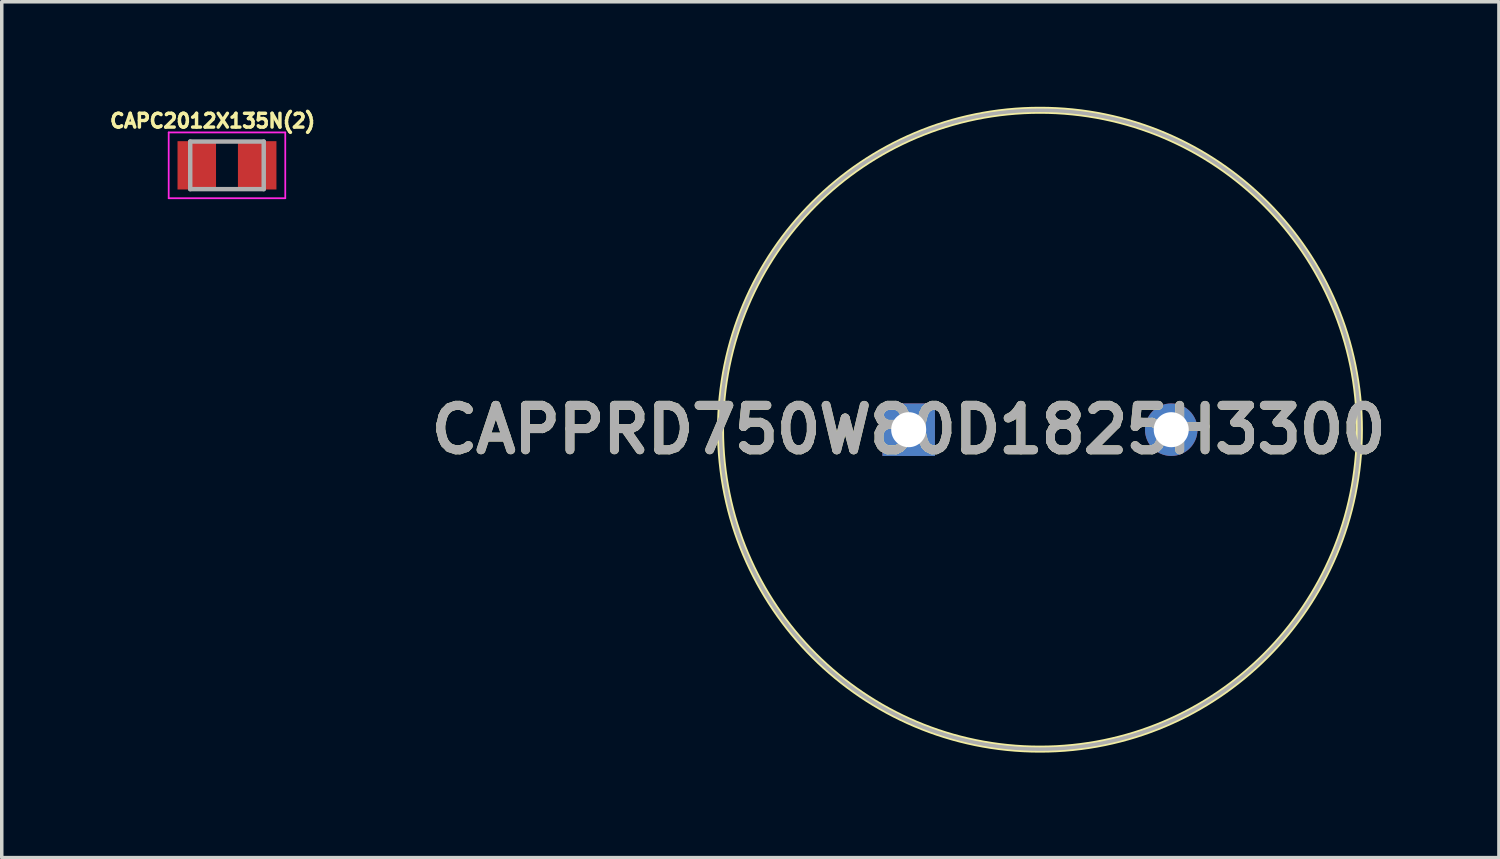
<source format=kicad_pcb>
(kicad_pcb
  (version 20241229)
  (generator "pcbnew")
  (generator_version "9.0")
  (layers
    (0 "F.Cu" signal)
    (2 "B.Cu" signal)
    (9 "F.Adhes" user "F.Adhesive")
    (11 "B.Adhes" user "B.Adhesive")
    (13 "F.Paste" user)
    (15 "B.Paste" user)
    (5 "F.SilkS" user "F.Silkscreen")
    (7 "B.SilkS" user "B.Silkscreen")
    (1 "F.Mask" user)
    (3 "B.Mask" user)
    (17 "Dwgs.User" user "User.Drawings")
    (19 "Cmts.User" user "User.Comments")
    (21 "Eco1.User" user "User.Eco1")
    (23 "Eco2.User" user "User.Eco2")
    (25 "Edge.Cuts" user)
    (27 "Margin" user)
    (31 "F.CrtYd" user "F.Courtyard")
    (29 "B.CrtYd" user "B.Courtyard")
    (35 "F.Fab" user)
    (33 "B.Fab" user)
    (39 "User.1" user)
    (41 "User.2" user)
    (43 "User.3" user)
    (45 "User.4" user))
  (footprint "CAPC2012X135N(2)"
    (layer "F.Cu")
    (at 3.434 1.673)
    (property "Reference" "CAPC2012X135N(2)" (at -0.41 -1.27 0) (layer "F.SilkS") (effects (font (size 0.394 0.394) (thickness 0.15))))
    (attr through_hole)
    (fp_line (start -1.665 -0.94) (end 1.665 -0.94) (stroke (width 0.05) (type solid)) (layer "F.CrtYd"))
    (fp_line (start -1.665 0.94) (end -1.665 -0.94) (stroke (width 0.05) (type solid)) (layer "F.CrtYd"))
    (fp_line (start -1.665 0.94) (end 1.665 0.94) (stroke (width 0.05) (type solid)) (layer "F.CrtYd"))
    (fp_line (start 1.665 0.94) (end 1.665 -0.94) (stroke (width 0.05) (type solid)) (layer "F.CrtYd"))
    (fp_line (start -1.05 0.68) (end -1.05 -0.68) (stroke (width 0.127) (type solid)) (layer "F.Fab"))
    (fp_line (start 1.05 -0.68) (end -1.05 -0.68) (stroke (width 0.127) (type solid)) (layer "F.Fab"))
    (fp_line (start 1.05 0.68) (end -1.05 0.68) (stroke (width 0.127) (type solid)) (layer "F.Fab"))
    (fp_line (start 1.05 0.68) (end 1.05 -0.68) (stroke (width 0.127) (type solid)) (layer "F.Fab"))
    (pad "1" smd rect (at -0.863 0) (size 1.1 1.38) (layers "F.Cu" "F.Mask" "F.Paste"))
    (pad "2" smd rect (at 0.863 0) (size 1.1 1.38) (layers "F.Cu" "F.Mask" "F.Paste")))
  (footprint "CAPPRD750W80D1825H3300"
    (layer "F.Cu")
    (at 22.908 9.225)
    (property "Reference" "CAPPRD750W80D1825H3300" (at 0 0 0) (layer "F.SilkS") (effects (font (size 1.27 1.27) (thickness 0.254))))
    (attr through_hole)
    (fp_circle (center 3.75 0) (end 3.75 9.125) (stroke (width 0.2) (type solid)) (fill no) (layer "F.SilkS"))
    (fp_circle (center 3.75 0) (end 3.75 9.125) (stroke (width 0.1) (type solid)) (fill no) (layer "F.Fab"))
    (fp_text user "${REFERENCE}" (at 0 0 0) (layer "F.Fab") (effects (font (size 1.27 1.27) (thickness 0.254))))
    (pad "1" thru_hole rect (at 0 0) (size 1.5 1.5) (drill 1) (layers "*.Cu" "*.Mask"))
    (pad "2" thru_hole circle (at 7.5 0) (size 1.5 1.5) (drill 1) (layers "*.Cu" "*.Mask")))
  (gr_rect
    (start -3 -3)
    (end 39.769 21.45)
    (stroke (width 0.1) (type default))
    (fill no)
    (layer "Edge.Cuts")))
</source>
